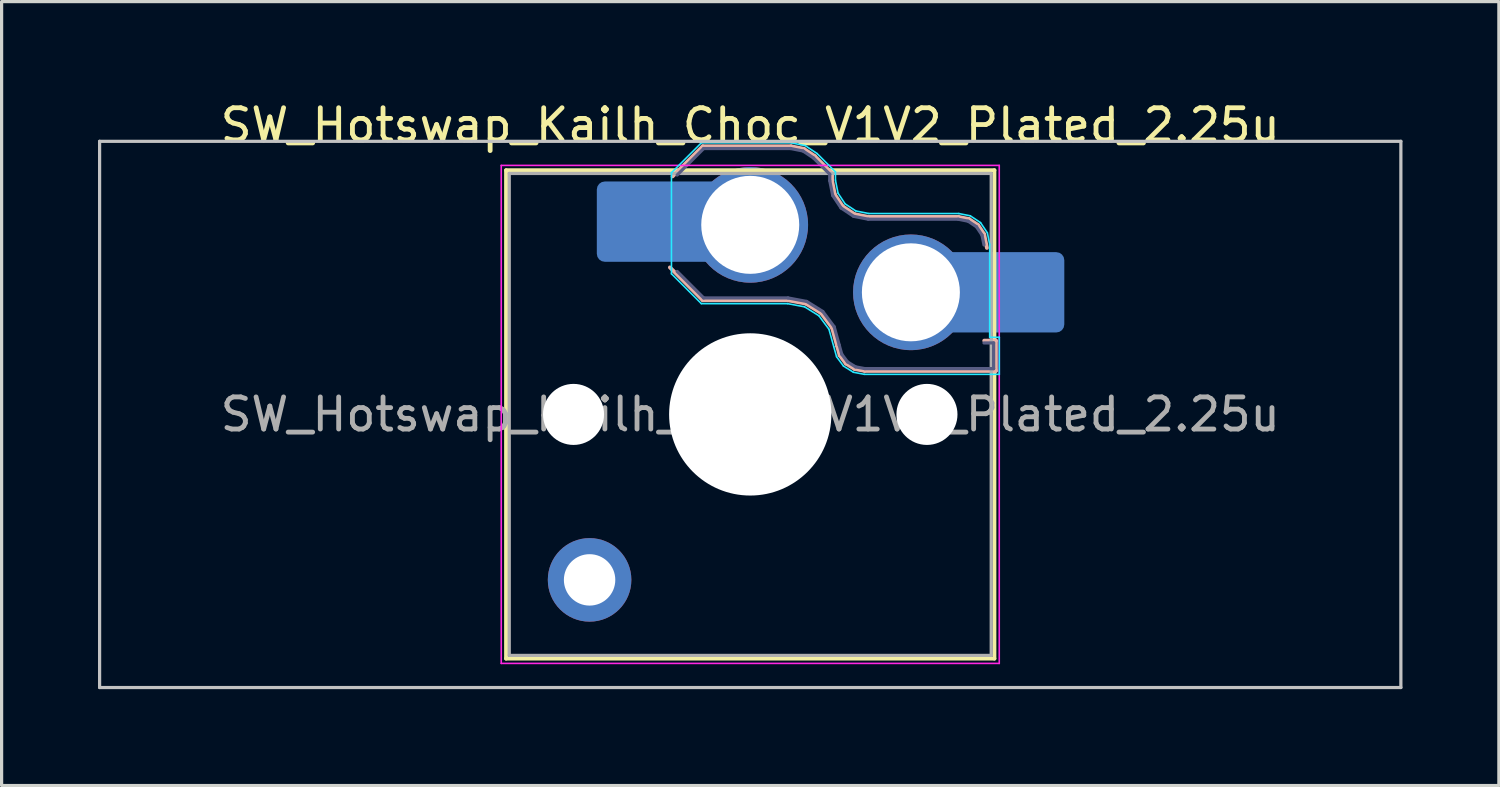
<source format=kicad_pcb>
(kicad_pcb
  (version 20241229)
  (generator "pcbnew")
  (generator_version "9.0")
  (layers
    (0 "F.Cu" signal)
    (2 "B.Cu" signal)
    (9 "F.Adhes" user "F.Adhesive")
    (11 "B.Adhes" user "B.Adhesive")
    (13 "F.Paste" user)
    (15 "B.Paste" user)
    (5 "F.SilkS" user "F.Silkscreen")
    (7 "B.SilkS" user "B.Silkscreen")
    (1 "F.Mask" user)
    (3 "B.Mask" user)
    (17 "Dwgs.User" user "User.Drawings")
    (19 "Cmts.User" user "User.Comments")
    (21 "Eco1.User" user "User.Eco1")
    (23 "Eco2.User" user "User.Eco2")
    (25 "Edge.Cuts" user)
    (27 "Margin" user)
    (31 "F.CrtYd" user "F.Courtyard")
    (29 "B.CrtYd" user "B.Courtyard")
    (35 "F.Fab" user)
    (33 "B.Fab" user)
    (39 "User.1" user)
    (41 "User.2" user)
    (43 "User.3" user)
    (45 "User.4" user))
  (footprint "SW_Hotswap_Kailh_Choc_V1V2_Plated_2.25u"
    (layer "F.Cu")
    (at 20.3 9.848)
    (property "Reference" "SW_Hotswap_Kailh_Choc_V1V2_Plated_2.25u" (at 0 -9 0) (layer "F.SilkS") (effects (font (size 1 1) (thickness 0.15))))
    (attr smd)
    (fp_line (start -7.6 -7.6) (end -7.6 7.6) (stroke (width 0.12) (type solid)) (layer "F.SilkS"))
    (fp_line (start -7.6 7.6) (end 7.6 7.6) (stroke (width 0.12) (type solid)) (layer "F.SilkS"))
    (fp_line (start 7.6 -7.6) (end -7.6 -7.6) (stroke (width 0.12) (type solid)) (layer "F.SilkS"))
    (fp_line (start 7.6 7.6) (end 7.6 -7.6) (stroke (width 0.12) (type solid)) (layer "F.SilkS"))
    (fp_line (start -2.416 -7.409) (end -1.479 -8.346) (stroke (width 0.12) (type solid)) (layer "B.SilkS"))
    (fp_line (start -1.479 -8.346) (end 1.268 -8.346) (stroke (width 0.12) (type solid)) (layer "B.SilkS"))
    (fp_line (start -1.479 -3.554) (end -2.5 -4.575) (stroke (width 0.12) (type solid)) (layer "B.SilkS"))
    (fp_line (start 1.168 -3.554) (end -1.479 -3.554) (stroke (width 0.12) (type solid)) (layer "B.SilkS"))
    (fp_line (start 1.268 -8.346) (end 1.671 -8.266) (stroke (width 0.12) (type solid)) (layer "B.SilkS"))
    (fp_line (start 1.671 -8.266) (end 2.013 -8.037) (stroke (width 0.12) (type solid)) (layer "B.SilkS"))
    (fp_line (start 1.73 -3.449) (end 1.168 -3.554) (stroke (width 0.12) (type solid)) (layer "B.SilkS"))
    (fp_line (start 2.013 -8.037) (end 2.546 -7.504) (stroke (width 0.12) (type solid)) (layer "B.SilkS"))
    (fp_line (start 2.209 -3.15) (end 1.73 -3.449) (stroke (width 0.12) (type solid)) (layer "B.SilkS"))
    (fp_line (start 2.546 -7.504) (end 2.546 -7.282) (stroke (width 0.12) (type solid)) (layer "B.SilkS"))
    (fp_line (start 2.546 -7.282) (end 2.633 -6.844) (stroke (width 0.12) (type solid)) (layer "B.SilkS"))
    (fp_line (start 2.547 -2.697) (end 2.209 -3.15) (stroke (width 0.12) (type solid)) (layer "B.SilkS"))
    (fp_line (start 2.633 -6.844) (end 2.877 -6.477) (stroke (width 0.12) (type solid)) (layer "B.SilkS"))
    (fp_line (start 2.701 -2.139) (end 2.547 -2.697) (stroke (width 0.12) (type solid)) (layer "B.SilkS"))
    (fp_line (start 2.783 -1.841) (end 2.701 -2.139) (stroke (width 0.12) (type solid)) (layer "B.SilkS"))
    (fp_line (start 2.877 -6.477) (end 3.244 -6.233) (stroke (width 0.12) (type solid)) (layer "B.SilkS"))
    (fp_line (start 2.976 -1.583) (end 2.783 -1.841) (stroke (width 0.12) (type solid)) (layer "B.SilkS"))
    (fp_line (start 3.244 -6.233) (end 3.682 -6.146) (stroke (width 0.12) (type solid)) (layer "B.SilkS"))
    (fp_line (start 3.25 -1.413) (end 2.976 -1.583) (stroke (width 0.12) (type solid)) (layer "B.SilkS"))
    (fp_line (start 3.56 -1.354) (end 3.25 -1.413) (stroke (width 0.12) (type solid)) (layer "B.SilkS"))
    (fp_line (start 3.682 -6.146) (end 6.482 -6.146) (stroke (width 0.12) (type solid)) (layer "B.SilkS"))
    (fp_line (start 6.482 -6.146) (end 6.809 -6.081) (stroke (width 0.12) (type solid)) (layer "B.SilkS"))
    (fp_line (start 6.809 -6.081) (end 7.092 -5.892) (stroke (width 0.12) (type solid)) (layer "B.SilkS"))
    (fp_line (start 7.092 -5.892) (end 7.281 -5.609) (stroke (width 0.12) (type solid)) (layer "B.SilkS"))
    (fp_line (start 7.281 -5.609) (end 7.366 -5.182) (stroke (width 0.12) (type solid)) (layer "B.SilkS"))
    (fp_line (start 7.283 -2.296) (end 7.646 -2.296) (stroke (width 0.12) (type solid)) (layer "B.SilkS"))
    (fp_line (start 7.646 -2.296) (end 7.646 -1.354) (stroke (width 0.12) (type solid)) (layer "B.SilkS"))
    (fp_line (start 7.646 -1.354) (end 3.56 -1.354) (stroke (width 0.12) (type solid)) (layer "B.SilkS"))
    (fp_line (start -20.25 -8.5) (end -20.25 8.5) (stroke (width 0.1) (type solid)) (layer "Dwgs.User"))
    (fp_line (start -20.25 8.5) (end 20.25 8.5) (stroke (width 0.1) (type solid)) (layer "Dwgs.User"))
    (fp_line (start 20.25 -8.5) (end -20.25 -8.5) (stroke (width 0.1) (type solid)) (layer "Dwgs.User"))
    (fp_line (start 20.25 8.5) (end 20.25 -8.5) (stroke (width 0.1) (type solid)) (layer "Dwgs.User"))
    (fp_line (start -7.25 -7.25) (end -7.25 7.25) (stroke (width 0.1) (type solid)) (layer "Eco1.User"))
    (fp_line (start -7.25 7.25) (end 7.25 7.25) (stroke (width 0.1) (type solid)) (layer "Eco1.User"))
    (fp_line (start 7.25 -7.25) (end -7.25 -7.25) (stroke (width 0.1) (type solid)) (layer "Eco1.User"))
    (fp_line (start 7.25 7.25) (end 7.25 -7.25) (stroke (width 0.1) (type solid)) (layer "Eco1.User"))
    (fp_line (start -2.452 -7.523) (end -1.523 -8.452) (stroke (width 0.05) (type solid)) (layer "B.CrtYd"))
    (fp_line (start -2.452 -4.377) (end -2.452 -7.523) (stroke (width 0.05) (type solid)) (layer "B.CrtYd"))
    (fp_line (start -1.523 -8.452) (end 1.278 -8.452) (stroke (width 0.05) (type solid)) (layer "B.CrtYd"))
    (fp_line (start -1.523 -3.448) (end -2.452 -4.377) (stroke (width 0.05) (type solid)) (layer "B.CrtYd"))
    (fp_line (start 1.159 -3.448) (end -1.523 -3.448) (stroke (width 0.05) (type solid)) (layer "B.CrtYd"))
    (fp_line (start 1.278 -8.452) (end 1.712 -8.366) (stroke (width 0.05) (type solid)) (layer "B.CrtYd"))
    (fp_line (start 1.691 -3.348) (end 1.159 -3.448) (stroke (width 0.05) (type solid)) (layer "B.CrtYd"))
    (fp_line (start 1.712 -8.366) (end 2.081 -8.119) (stroke (width 0.05) (type solid)) (layer "B.CrtYd"))
    (fp_line (start 2.081 -8.119) (end 2.652 -7.548) (stroke (width 0.05) (type solid)) (layer "B.CrtYd"))
    (fp_line (start 2.136 -3.071) (end 1.691 -3.348) (stroke (width 0.05) (type solid)) (layer "B.CrtYd"))
    (fp_line (start 2.45 -2.65) (end 2.136 -3.071) (stroke (width 0.05) (type solid)) (layer "B.CrtYd"))
    (fp_line (start 2.599 -2.111) (end 2.45 -2.65) (stroke (width 0.05) (type solid)) (layer "B.CrtYd"))
    (fp_line (start 2.652 -7.548) (end 2.652 -7.292) (stroke (width 0.05) (type solid)) (layer "B.CrtYd"))
    (fp_line (start 2.652 -7.292) (end 2.733 -6.885) (stroke (width 0.05) (type solid)) (layer "B.CrtYd"))
    (fp_line (start 2.687 -1.794) (end 2.599 -2.111) (stroke (width 0.05) (type solid)) (layer "B.CrtYd"))
    (fp_line (start 2.733 -6.885) (end 2.953 -6.553) (stroke (width 0.05) (type solid)) (layer "B.CrtYd"))
    (fp_line (start 2.903 -1.503) (end 2.687 -1.794) (stroke (width 0.05) (type solid)) (layer "B.CrtYd"))
    (fp_line (start 2.953 -6.553) (end 3.285 -6.333) (stroke (width 0.05) (type solid)) (layer "B.CrtYd"))
    (fp_line (start 3.211 -1.312) (end 2.903 -1.503) (stroke (width 0.05) (type solid)) (layer "B.CrtYd"))
    (fp_line (start 3.285 -6.333) (end 3.692 -6.252) (stroke (width 0.05) (type solid)) (layer "B.CrtYd"))
    (fp_line (start 3.55 -1.248) (end 3.211 -1.312) (stroke (width 0.05) (type solid)) (layer "B.CrtYd"))
    (fp_line (start 3.692 -6.252) (end 6.492 -6.252) (stroke (width 0.05) (type solid)) (layer "B.CrtYd"))
    (fp_line (start 6.492 -6.252) (end 6.85 -6.181) (stroke (width 0.05) (type solid)) (layer "B.CrtYd"))
    (fp_line (start 6.85 -6.181) (end 7.168 -5.968) (stroke (width 0.05) (type solid)) (layer "B.CrtYd"))
    (fp_line (start 7.168 -5.968) (end 7.381 -5.65) (stroke (width 0.05) (type solid)) (layer "B.CrtYd"))
    (fp_line (start 7.381 -5.65) (end 7.452 -5.292) (stroke (width 0.05) (type solid)) (layer "B.CrtYd"))
    (fp_line (start 7.452 -5.292) (end 7.452 -2.402) (stroke (width 0.05) (type solid)) (layer "B.CrtYd"))
    (fp_line (start 7.452 -2.402) (end 7.752 -2.402) (stroke (width 0.05) (type solid)) (layer "B.CrtYd"))
    (fp_line (start 7.752 -2.402) (end 7.752 -1.248) (stroke (width 0.05) (type solid)) (layer "B.CrtYd"))
    (fp_line (start 7.752 -1.248) (end 3.55 -1.248) (stroke (width 0.05) (type solid)) (layer "B.CrtYd"))
    (fp_line (start -7.75 -7.75) (end -7.75 7.75) (stroke (width 0.05) (type solid)) (layer "F.CrtYd"))
    (fp_line (start -7.75 7.75) (end 7.75 7.75) (stroke (width 0.05) (type solid)) (layer "F.CrtYd"))
    (fp_line (start 7.75 -7.75) (end -7.75 -7.75) (stroke (width 0.05) (type solid)) (layer "F.CrtYd"))
    (fp_line (start 7.75 7.75) (end 7.75 -7.75) (stroke (width 0.05) (type solid)) (layer "F.CrtYd"))
    (fp_line (start -2.275 -7.45) (end -1.45 -8.275) (stroke (width 0.1) (type solid)) (layer "B.Fab"))
    (fp_line (start -1.45 -8.275) (end 1.261 -8.275) (stroke (width 0.1) (type solid)) (layer "B.Fab"))
    (fp_line (start -1.45 -3.625) (end -2.275 -4.45) (stroke (width 0.1) (type solid)) (layer "B.Fab"))
    (fp_line (start 1.175 -3.625) (end -1.45 -3.625) (stroke (width 0.1) (type solid)) (layer "B.Fab"))
    (fp_line (start 1.261 -8.275) (end 1.643 -8.199) (stroke (width 0.1) (type solid)) (layer "B.Fab"))
    (fp_line (start 1.643 -8.199) (end 1.968 -7.982) (stroke (width 0.1) (type solid)) (layer "B.Fab"))
    (fp_line (start 1.756 -3.516) (end 1.175 -3.625) (stroke (width 0.1) (type solid)) (layer "B.Fab"))
    (fp_line (start 1.968 -7.982) (end 2.475 -7.475) (stroke (width 0.1) (type solid)) (layer "B.Fab"))
    (fp_line (start 2.258 -3.203) (end 1.756 -3.516) (stroke (width 0.1) (type solid)) (layer "B.Fab"))
    (fp_line (start 2.475 -7.475) (end 2.475 -7.275) (stroke (width 0.1) (type solid)) (layer "B.Fab"))
    (fp_line (start 2.475 -7.275) (end 2.566 -6.816) (stroke (width 0.1) (type solid)) (layer "B.Fab"))
    (fp_line (start 2.566 -6.816) (end 2.826 -6.426) (stroke (width 0.1) (type solid)) (layer "B.Fab"))
    (fp_line (start 2.612 -2.729) (end 2.258 -3.203) (stroke (width 0.1) (type solid)) (layer "B.Fab"))
    (fp_line (start 2.769 -2.158) (end 2.612 -2.729) (stroke (width 0.1) (type solid)) (layer "B.Fab"))
    (fp_line (start 2.826 -6.426) (end 3.216 -6.166) (stroke (width 0.1) (type solid)) (layer "B.Fab"))
    (fp_line (start 2.848 -1.873) (end 2.769 -2.158) (stroke (width 0.1) (type solid)) (layer "B.Fab"))
    (fp_line (start 3.025 -1.636) (end 2.848 -1.873) (stroke (width 0.1) (type solid)) (layer "B.Fab"))
    (fp_line (start 3.216 -6.166) (end 3.675 -6.075) (stroke (width 0.1) (type solid)) (layer "B.Fab"))
    (fp_line (start 3.276 -1.48) (end 3.025 -1.636) (stroke (width 0.1) (type solid)) (layer "B.Fab"))
    (fp_line (start 3.567 -1.425) (end 3.276 -1.48) (stroke (width 0.1) (type solid)) (layer "B.Fab"))
    (fp_line (start 3.675 -6.075) (end 6.475 -6.075) (stroke (width 0.1) (type solid)) (layer "B.Fab"))
    (fp_line (start 6.475 -6.075) (end 6.781 -6.014) (stroke (width 0.1) (type solid)) (layer "B.Fab"))
    (fp_line (start 6.781 -6.014) (end 7.041 -5.841) (stroke (width 0.1) (type solid)) (layer "B.Fab"))
    (fp_line (start 7.041 -5.841) (end 7.214 -5.581) (stroke (width 0.1) (type solid)) (layer "B.Fab"))
    (fp_line (start 7.214 -5.581) (end 7.275 -5.275) (stroke (width 0.1) (type solid)) (layer "B.Fab"))
    (fp_line (start 7.275 -2.225) (end 7.575 -2.225) (stroke (width 0.1) (type solid)) (layer "B.Fab"))
    (fp_line (start 7.575 -2.225) (end 7.575 -1.425) (stroke (width 0.1) (type solid)) (layer "B.Fab"))
    (fp_line (start 7.575 -1.425) (end 3.567 -1.425) (stroke (width 0.1) (type solid)) (layer "B.Fab"))
    (fp_line (start -7.5 -7.5) (end -7.5 7.5) (stroke (width 0.1) (type solid)) (layer "F.Fab"))
    (fp_line (start -7.5 7.5) (end 7.5 7.5) (stroke (width 0.1) (type solid)) (layer "F.Fab"))
    (fp_line (start 7.5 -7.5) (end -7.5 -7.5) (stroke (width 0.1) (type solid)) (layer "F.Fab"))
    (fp_line (start 7.5 7.5) (end 7.5 -7.5) (stroke (width 0.1) (type solid)) (layer "F.Fab"))
    (fp_text user "${REFERENCE}" (at 0 0 0) (layer "F.Fab") (effects (font (size 1 1) (thickness 0.15))))
    (pad "" np_thru_hole circle (at -5.5 0) (size 1.9 1.9) (drill 1.9) (layers "*.Cu" "*.Mask"))
    (pad "" smd circle (at -5 5.15) (size 1.65 1.65) (layers "F.Mask"))
    (pad "" thru_hole circle (at -5 5.15) (size 2.6 2.6) (drill 1.6) (layers "*.Cu" "B.Mask"))
    (pad "" smd roundrect (at -3.5 -6) (size 2.55 2.5) (layers "B.Mask" "B.Paste") (roundrect_rratio 0.1))
    (pad "" smd circle (at 0 -5.9) (size 3.1 3.1) (layers "F.Mask"))
    (pad "" np_thru_hole circle (at 0 0) (size 5.05 5.05) (drill 5.05) (layers "*.Cu" "*.Mask"))
    (pad "" smd circle (at 5 -3.8) (size 3.1 3.1) (layers "F.Mask"))
    (pad "" np_thru_hole circle (at 5.5 0) (size 1.9 1.9) (drill 1.9) (layers "*.Cu" "*.Mask"))
    (pad "" smd roundrect (at 8.5 -3.8) (size 2.55 2.5) (layers "B.Mask" "B.Paste") (roundrect_rratio 0.1))
    (pad "1" smd roundrect (at -2.85 -6) (size 3.85 2.5) (layers "B.Cu") (roundrect_rratio 0.1))
    (pad "1" thru_hole circle (at 0 -5.9) (size 3.6 3.6) (drill 3.05) (layers "*.Cu" "B.Mask"))
    (pad "2" thru_hole circle (at 5 -3.8) (size 3.6 3.6) (drill 3.05) (layers "*.Cu" "B.Mask"))
    (pad "2" smd roundrect (at 7.85 -3.8) (size 3.85 2.5) (layers "B.Cu") (roundrect_rratio 0.1)))
  (gr_rect
    (start -3 -3)
    (end 43.6 21.398)
    (stroke (width 0.1) (type default))
    (fill no)
    (layer "Edge.Cuts")))
</source>
